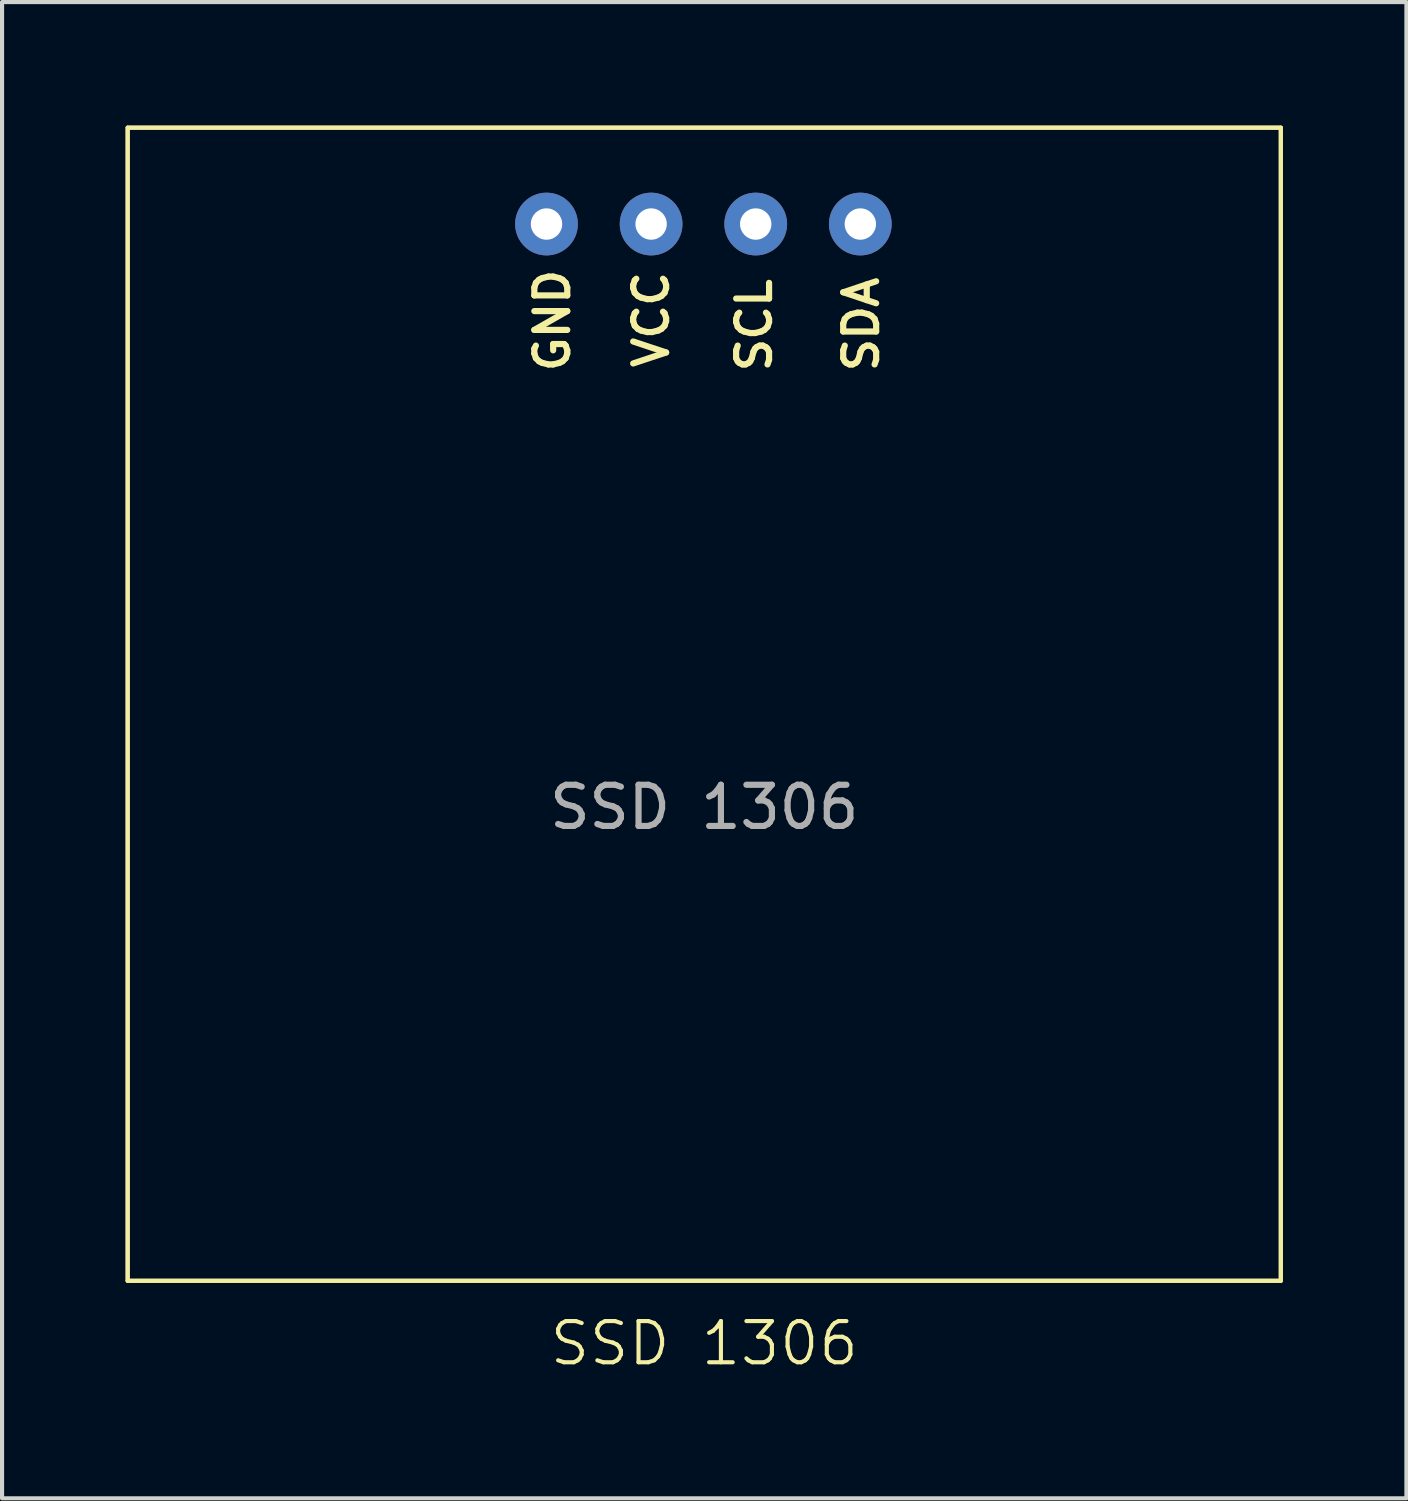
<source format=kicad_pcb>
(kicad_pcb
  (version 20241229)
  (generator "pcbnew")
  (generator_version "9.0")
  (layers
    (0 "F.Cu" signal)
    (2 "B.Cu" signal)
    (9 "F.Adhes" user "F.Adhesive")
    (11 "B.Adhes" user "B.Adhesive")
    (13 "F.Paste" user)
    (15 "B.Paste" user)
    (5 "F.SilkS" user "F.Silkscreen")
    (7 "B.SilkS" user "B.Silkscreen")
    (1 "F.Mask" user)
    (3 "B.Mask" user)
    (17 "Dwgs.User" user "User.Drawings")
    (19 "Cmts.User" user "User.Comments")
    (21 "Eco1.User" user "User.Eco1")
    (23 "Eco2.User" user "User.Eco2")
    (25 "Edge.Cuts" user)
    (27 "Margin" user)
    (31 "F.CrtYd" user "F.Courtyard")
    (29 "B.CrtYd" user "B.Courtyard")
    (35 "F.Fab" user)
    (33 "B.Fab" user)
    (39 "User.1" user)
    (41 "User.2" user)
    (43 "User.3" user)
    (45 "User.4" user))
  (footprint "SSD 1306"
    (layer "F.Cu")
    (at 14.03 12.55)
    (property "Reference" "SSD 1306" (at 0.02 17.02 0) (unlocked yes) (layer "F.SilkS") (effects (font (size 1 1) (thickness 0.1))))
    (attr through_hole)
    (fp_line (start -13.98 -12.5) (end 14.02 -12.5) (stroke (width 0.1) (type default)) (layer "F.SilkS"))
    (fp_line (start -13.98 15.5) (end -13.98 -12.5) (stroke (width 0.1) (type default)) (layer "F.SilkS"))
    (fp_line (start 14.02 -12.5) (end 14.02 15.5) (stroke (width 0.1) (type default)) (layer "F.SilkS"))
    (fp_line (start 14.02 15.5) (end -13.98 15.5) (stroke (width 0.1) (type default)) (layer "F.SilkS"))
    (fp_rect (start -13.98 -12.5) (end 14.02 15.5) (stroke (width 0.1) (type default)) (fill no) (layer "F.SilkS"))
    (fp_text user "SDA" (at 4.3 -6.5 90) (unlocked yes) (layer "F.SilkS") (effects (font (size 0.8 0.8) (thickness 0.15) (bold yes)) (justify left bottom)))
    (fp_text user "SCL" (at 1.7 -6.5 90) (unlocked yes) (layer "F.SilkS") (effects (font (size 0.8 0.8) (thickness 0.15) (bold yes)) (justify left bottom)))
    (fp_text user "GND" (at -3.2 -6.5 90) (unlocked yes) (layer "F.SilkS") (effects (font (size 0.8 0.8) (thickness 0.15) (bold yes)) (justify left bottom)))
    (fp_text user "VCC" (at -0.8 -6.6 90) (unlocked yes) (layer "F.SilkS") (effects (font (size 0.8 0.8) (thickness 0.15) (bold yes)) (justify left bottom)))
    (fp_text user "${REFERENCE}" (at 0.02 4 0) (unlocked yes) (layer "F.Fab") (effects (font (size 1 1) (thickness 0.15))))
    (pad "1" thru_hole circle (at -3.81 -10.16) (size 1.524 1.524) (drill 0.762) (layers "*.Cu" "*.Mask"))
    (pad "2" thru_hole circle (at -1.27 -10.16) (size 1.524 1.524) (drill 0.762) (layers "*.Cu" "*.Mask"))
    (pad "3" thru_hole circle (at 1.27 -10.16) (size 1.524 1.524) (drill 0.762) (layers "*.Cu" "*.Mask"))
    (pad "4" thru_hole circle (at 3.81 -10.16) (size 1.524 1.524) (drill 0.762) (layers "*.Cu" "*.Mask"))
    (zone (net_name "") (layer "F.SilkS") (hatch edge 0.5) (connect_pads) (min_thickness 0.25) (filled_areas_thickness no) (keepout (tracks allowed) (vias allowed) (pads not_allowed) (copperpour allowed) (footprints not_allowed)) (placement (enabled no)) (fill) (polygon (pts (xy 0.05 0.05) (xy 28.05 0.05) (xy 28.05 28.05) (xy 0.05 28.05)))))
  (gr_rect
    (start -3 -3)
    (end 31.1 33.331)
    (stroke (width 0.1) (type default))
    (fill no)
    (layer "Edge.Cuts")))
</source>
